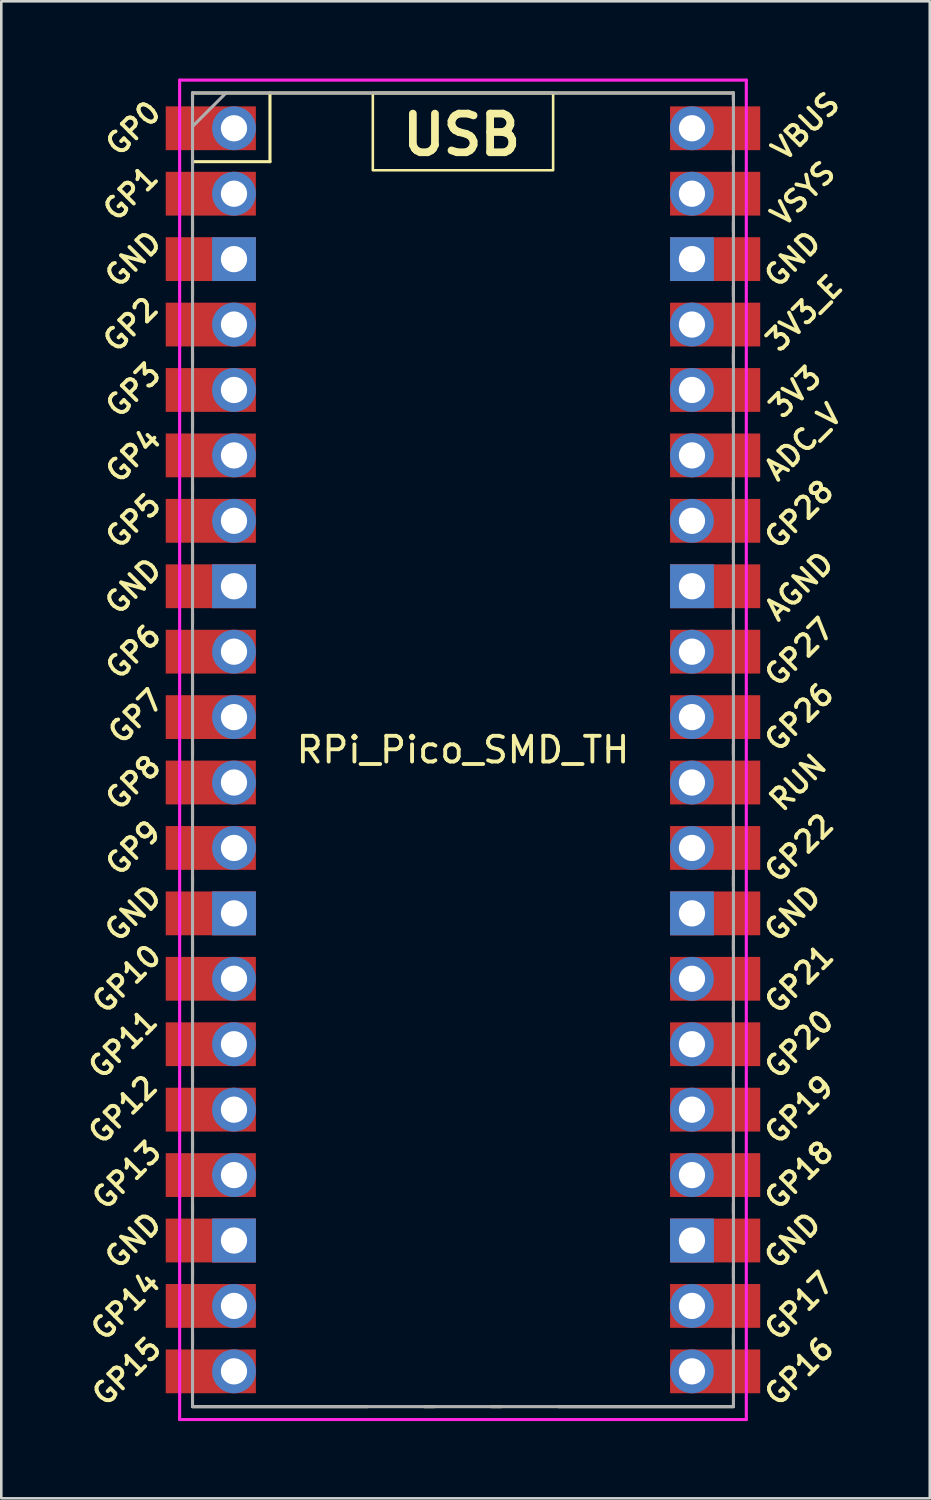
<source format=kicad_pcb>
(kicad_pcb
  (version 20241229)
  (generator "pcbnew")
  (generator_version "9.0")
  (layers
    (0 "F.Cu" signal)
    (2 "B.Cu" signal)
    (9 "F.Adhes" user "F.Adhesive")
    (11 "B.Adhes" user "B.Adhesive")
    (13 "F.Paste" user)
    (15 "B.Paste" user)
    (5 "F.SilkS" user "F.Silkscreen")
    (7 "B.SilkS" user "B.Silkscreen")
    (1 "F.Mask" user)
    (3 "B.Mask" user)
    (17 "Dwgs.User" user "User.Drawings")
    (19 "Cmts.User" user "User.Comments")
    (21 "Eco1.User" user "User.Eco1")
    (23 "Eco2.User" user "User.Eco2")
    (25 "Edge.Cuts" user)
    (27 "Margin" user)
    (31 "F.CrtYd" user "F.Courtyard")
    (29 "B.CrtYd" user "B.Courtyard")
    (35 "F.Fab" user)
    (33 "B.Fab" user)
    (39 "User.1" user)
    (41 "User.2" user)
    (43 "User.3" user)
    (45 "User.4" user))
  (footprint "RPi_Pico_SMD_TH"
    (layer "F.Cu")
    (at 14.924 26.06)
    (property "Reference" "RPi_Pico_SMD_TH" (at 0 0 0) (layer "F.SilkS") (effects (font (size 1 1) (thickness 0.15))))
    (attr through_hole)
    (fp_line (start -10.5 -25.5) (end -10.5 -25.2) (stroke (width 0.12) (type solid)) (layer "F.SilkS"))
    (fp_line (start -10.5 -25.5) (end 10.5 -25.5) (stroke (width 0.12) (type solid)) (layer "F.SilkS"))
    (fp_line (start -10.5 -23.1) (end -10.5 -22.7) (stroke (width 0.12) (type solid)) (layer "F.SilkS"))
    (fp_line (start -10.5 -22.833) (end -7.493 -22.833) (stroke (width 0.12) (type solid)) (layer "F.SilkS"))
    (fp_line (start -10.5 -20.5) (end -10.5 -20.1) (stroke (width 0.12) (type solid)) (layer "F.SilkS"))
    (fp_line (start -10.5 -18) (end -10.5 -17.6) (stroke (width 0.12) (type solid)) (layer "F.SilkS"))
    (fp_line (start -10.5 -15.4) (end -10.5 -15) (stroke (width 0.12) (type solid)) (layer "F.SilkS"))
    (fp_line (start -10.5 -12.9) (end -10.5 -12.5) (stroke (width 0.12) (type solid)) (layer "F.SilkS"))
    (fp_line (start -10.5 -10.4) (end -10.5 -10) (stroke (width 0.12) (type solid)) (layer "F.SilkS"))
    (fp_line (start -10.5 -7.8) (end -10.5 -7.4) (stroke (width 0.12) (type solid)) (layer "F.SilkS"))
    (fp_line (start -10.5 -5.3) (end -10.5 -4.9) (stroke (width 0.12) (type solid)) (layer "F.SilkS"))
    (fp_line (start -10.5 -2.7) (end -10.5 -2.3) (stroke (width 0.12) (type solid)) (layer "F.SilkS"))
    (fp_line (start -10.5 -0.2) (end -10.5 0.2) (stroke (width 0.12) (type solid)) (layer "F.SilkS"))
    (fp_line (start -10.5 2.3) (end -10.5 2.7) (stroke (width 0.12) (type solid)) (layer "F.SilkS"))
    (fp_line (start -10.5 4.9) (end -10.5 5.3) (stroke (width 0.12) (type solid)) (layer "F.SilkS"))
    (fp_line (start -10.5 7.4) (end -10.5 7.8) (stroke (width 0.12) (type solid)) (layer "F.SilkS"))
    (fp_line (start -10.5 10) (end -10.5 10.4) (stroke (width 0.12) (type solid)) (layer "F.SilkS"))
    (fp_line (start -10.5 12.5) (end -10.5 12.9) (stroke (width 0.12) (type solid)) (layer "F.SilkS"))
    (fp_line (start -10.5 15.1) (end -10.5 15.5) (stroke (width 0.12) (type solid)) (layer "F.SilkS"))
    (fp_line (start -10.5 17.6) (end -10.5 18) (stroke (width 0.12) (type solid)) (layer "F.SilkS"))
    (fp_line (start -10.5 20.1) (end -10.5 20.5) (stroke (width 0.12) (type solid)) (layer "F.SilkS"))
    (fp_line (start -10.5 22.7) (end -10.5 23.1) (stroke (width 0.12) (type solid)) (layer "F.SilkS"))
    (fp_line (start -7.493 -22.833) (end -7.493 -25.5) (stroke (width 0.12) (type solid)) (layer "F.SilkS"))
    (fp_line (start -3.7 25.5) (end -10.5 25.5) (stroke (width 0.12) (type solid)) (layer "F.SilkS"))
    (fp_line (start -1.5 25.5) (end -1.1 25.5) (stroke (width 0.12) (type solid)) (layer "F.SilkS"))
    (fp_line (start 1.1 25.5) (end 1.5 25.5) (stroke (width 0.12) (type solid)) (layer "F.SilkS"))
    (fp_line (start 10.5 -25.5) (end 10.5 -25.2) (stroke (width 0.12) (type solid)) (layer "F.SilkS"))
    (fp_line (start 10.5 -23.1) (end 10.5 -22.7) (stroke (width 0.12) (type solid)) (layer "F.SilkS"))
    (fp_line (start 10.5 -20.5) (end 10.5 -20.1) (stroke (width 0.12) (type solid)) (layer "F.SilkS"))
    (fp_line (start 10.5 -18) (end 10.5 -17.6) (stroke (width 0.12) (type solid)) (layer "F.SilkS"))
    (fp_line (start 10.5 -15.4) (end 10.5 -15) (stroke (width 0.12) (type solid)) (layer "F.SilkS"))
    (fp_line (start 10.5 -12.9) (end 10.5 -12.5) (stroke (width 0.12) (type solid)) (layer "F.SilkS"))
    (fp_line (start 10.5 -10.4) (end 10.5 -10) (stroke (width 0.12) (type solid)) (layer "F.SilkS"))
    (fp_line (start 10.5 -7.8) (end 10.5 -7.4) (stroke (width 0.12) (type solid)) (layer "F.SilkS"))
    (fp_line (start 10.5 -5.3) (end 10.5 -4.9) (stroke (width 0.12) (type solid)) (layer "F.SilkS"))
    (fp_line (start 10.5 -2.7) (end 10.5 -2.3) (stroke (width 0.12) (type solid)) (layer "F.SilkS"))
    (fp_line (start 10.5 -0.2) (end 10.5 0.2) (stroke (width 0.12) (type solid)) (layer "F.SilkS"))
    (fp_line (start 10.5 2.3) (end 10.5 2.7) (stroke (width 0.12) (type solid)) (layer "F.SilkS"))
    (fp_line (start 10.5 4.9) (end 10.5 5.3) (stroke (width 0.12) (type solid)) (layer "F.SilkS"))
    (fp_line (start 10.5 7.4) (end 10.5 7.8) (stroke (width 0.12) (type solid)) (layer "F.SilkS"))
    (fp_line (start 10.5 10) (end 10.5 10.4) (stroke (width 0.12) (type solid)) (layer "F.SilkS"))
    (fp_line (start 10.5 12.5) (end 10.5 12.9) (stroke (width 0.12) (type solid)) (layer "F.SilkS"))
    (fp_line (start 10.5 15.1) (end 10.5 15.5) (stroke (width 0.12) (type solid)) (layer "F.SilkS"))
    (fp_line (start 10.5 17.6) (end 10.5 18) (stroke (width 0.12) (type solid)) (layer "F.SilkS"))
    (fp_line (start 10.5 20.1) (end 10.5 20.5) (stroke (width 0.12) (type solid)) (layer "F.SilkS"))
    (fp_line (start 10.5 22.7) (end 10.5 23.1) (stroke (width 0.12) (type solid)) (layer "F.SilkS"))
    (fp_line (start 10.5 25.5) (end 3.7 25.5) (stroke (width 0.12) (type solid)) (layer "F.SilkS"))
    (fp_rect (start -3.5 -25.5) (end 3.5 -22.5) (stroke (width 0.1) (type default)) (fill no) (layer "F.SilkS"))
    (fp_line (start -11 -26) (end 11 -26) (stroke (width 0.12) (type solid)) (layer "F.CrtYd"))
    (fp_line (start -11 26) (end -11 -26) (stroke (width 0.12) (type solid)) (layer "F.CrtYd"))
    (fp_line (start 11 -26) (end 11 26) (stroke (width 0.12) (type solid)) (layer "F.CrtYd"))
    (fp_line (start 11 26) (end -11 26) (stroke (width 0.12) (type solid)) (layer "F.CrtYd"))
    (fp_line (start -10.5 -25.5) (end 10.5 -25.5) (stroke (width 0.12) (type solid)) (layer "F.Fab"))
    (fp_line (start -10.5 -24.2) (end -9.2 -25.5) (stroke (width 0.12) (type solid)) (layer "F.Fab"))
    (fp_line (start -10.5 25.5) (end -10.5 -25.5) (stroke (width 0.12) (type solid)) (layer "F.Fab"))
    (fp_line (start 10.5 -25.5) (end 10.5 25.5) (stroke (width 0.12) (type solid)) (layer "F.Fab"))
    (fp_line (start 10.5 25.5) (end -10.5 25.5) (stroke (width 0.12) (type solid)) (layer "F.Fab"))
    (fp_text user "GP3" (at -12.8 -13.97 45) (layer "F.SilkS") (effects (font (size 0.8 0.8) (thickness 0.15))))
    (fp_text user "GP17" (at 13.054 21.59 45) (layer "F.SilkS") (effects (font (size 0.8 0.8) (thickness 0.15))))
    (fp_text user "GP15" (at -13.054 24.13 45) (layer "F.SilkS") (effects (font (size 0.8 0.8) (thickness 0.15))))
    (fp_text user "GP18" (at 13.054 16.51 45) (layer "F.SilkS") (effects (font (size 0.8 0.8) (thickness 0.15))))
    (fp_text user "GP1" (at -12.9 -21.6 45) (layer "F.SilkS") (effects (font (size 0.8 0.8) (thickness 0.15))))
    (fp_text user "GND" (at -12.8 6.35 45) (layer "F.SilkS") (effects (font (size 0.8 0.8) (thickness 0.15))))
    (fp_text user "USB" (at -2.5 -23 0) (unlocked yes) (layer "F.SilkS") (effects (font (size 1.5 1.5) (thickness 0.3) (bold yes)) (justify left bottom)))
    (fp_text user "GP13" (at -13.054 16.51 45) (layer "F.SilkS") (effects (font (size 0.8 0.8) (thickness 0.15))))
    (fp_text user "ADC_V" (at 13.2 -11.95 45) (layer "F.SilkS") (effects (font (size 0.8 0.8) (thickness 0.15))))
    (fp_text user "GP19" (at 13.054 13.97 45) (layer "F.SilkS") (effects (font (size 0.8 0.8) (thickness 0.15))))
    (fp_text user "VSYS" (at 13.2 -21.59 45) (layer "F.SilkS") (effects (font (size 0.8 0.8) (thickness 0.15))))
    (fp_text user "GP26" (at 13.054 -1.27 45) (layer "F.SilkS") (effects (font (size 0.8 0.8) (thickness 0.15))))
    (fp_text user "GP20" (at 13.054 11.43 45) (layer "F.SilkS") (effects (font (size 0.8 0.8) (thickness 0.15))))
    (fp_text user "GP27" (at 13.054 -3.8 45) (layer "F.SilkS") (effects (font (size 0.8 0.8) (thickness 0.15))))
    (fp_text user "GND" (at -12.8 -6.35 45) (layer "F.SilkS") (effects (font (size 0.8 0.8) (thickness 0.15))))
    (fp_text user "GP0" (at -12.8 -24.13 45) (layer "F.SilkS") (effects (font (size 0.8 0.8) (thickness 0.15))))
    (fp_text user "GP9" (at -12.8 3.81 45) (layer "F.SilkS") (effects (font (size 0.8 0.8) (thickness 0.15))))
    (fp_text user "GP28" (at 13.054 -9.144 45) (layer "F.SilkS") (effects (font (size 0.8 0.8) (thickness 0.15))))
    (fp_text user "GP11" (at -13.2 11.43 45) (layer "F.SilkS") (effects (font (size 0.8 0.8) (thickness 0.15))))
    (fp_text user "GP8" (at -12.8 1.27 45) (layer "F.SilkS") (effects (font (size 0.8 0.8) (thickness 0.15))))
    (fp_text user "GP6" (at -12.8 -3.81 45) (layer "F.SilkS") (effects (font (size 0.8 0.8) (thickness 0.15))))
    (fp_text user "GP21" (at 13.054 8.9 45) (layer "F.SilkS") (effects (font (size 0.8 0.8) (thickness 0.15))))
    (fp_text user "GP5" (at -12.8 -8.89 45) (layer "F.SilkS") (effects (font (size 0.8 0.8) (thickness 0.15))))
    (fp_text user "VBUS" (at 13.3 -24.2 45) (layer "F.SilkS") (effects (font (size 0.8 0.8) (thickness 0.15))))
    (fp_text user "GP2" (at -12.9 -16.51 45) (layer "F.SilkS") (effects (font (size 0.8 0.8) (thickness 0.15))))
    (fp_text user "RUN" (at 13 1.27 45) (layer "F.SilkS") (effects (font (size 0.8 0.8) (thickness 0.15))))
    (fp_text user "3V3" (at 12.9 -13.9 45) (layer "F.SilkS") (effects (font (size 0.8 0.8) (thickness 0.15))))
    (fp_text user "GP16" (at 13.054 24.13 45) (layer "F.SilkS") (effects (font (size 0.8 0.8) (thickness 0.15))))
    (fp_text user "AGND" (at 13.054 -6.35 45) (layer "F.SilkS") (effects (font (size 0.8 0.8) (thickness 0.15))))
    (fp_text user "GND" (at -12.8 19.05 45) (layer "F.SilkS") (effects (font (size 0.8 0.8) (thickness 0.15))))
    (fp_text user "3V3_E" (at 13.25 -16.95 45) (layer "F.SilkS") (effects (font (size 0.8 0.8) (thickness 0.15))))
    (fp_text user "GP22" (at 13.054 3.81 45) (layer "F.SilkS") (effects (font (size 0.8 0.8) (thickness 0.15))))
    (fp_text user "GP7" (at -12.7 -1.3 45) (layer "F.SilkS") (effects (font (size 0.8 0.8) (thickness 0.15))))
    (fp_text user "GND" (at 12.8 -19.05 45) (layer "F.SilkS") (effects (font (size 0.8 0.8) (thickness 0.15))))
    (fp_text user "GND" (at 12.8 19.05 45) (layer "F.SilkS") (effects (font (size 0.8 0.8) (thickness 0.15))))
    (fp_text user "GP10" (at -13.054 8.89 45) (layer "F.SilkS") (effects (font (size 0.8 0.8) (thickness 0.15))))
    (fp_text user "GND" (at 12.8 6.35 45) (layer "F.SilkS") (effects (font (size 0.8 0.8) (thickness 0.15))))
    (fp_text user "GP12" (at -13.2 13.97 45) (layer "F.SilkS") (effects (font (size 0.8 0.8) (thickness 0.15))))
    (fp_text user "GP14" (at -13.1 21.59 45) (layer "F.SilkS") (effects (font (size 0.8 0.8) (thickness 0.15))))
    (fp_text user "GND" (at -12.8 -19.05 45) (layer "F.SilkS") (effects (font (size 0.8 0.8) (thickness 0.15))))
    (fp_text user "GP4" (at -12.8 -11.43 45) (layer "F.SilkS") (effects (font (size 0.8 0.8) (thickness 0.15))))
    (pad "1" thru_hole oval (at -8.89 -24.13) (size 1.7 1.7) (drill 1.02) (layers "*.Cu" "*.Mask"))
    (pad "1" smd rect (at -8.89 -24.13) (size 3.5 1.7) (drill (offset -0.9 0)) (layers "F.Cu" "F.Mask"))
    (pad "2" thru_hole oval (at -8.89 -21.59) (size 1.7 1.7) (drill 1.02) (layers "*.Cu" "*.Mask"))
    (pad "2" smd rect (at -8.89 -21.59) (size 3.5 1.7) (drill (offset -0.9 0)) (layers "F.Cu" "F.Mask"))
    (pad "3" thru_hole rect (at -8.89 -19.05) (size 1.7 1.7) (drill 1.02) (layers "*.Cu" "*.Mask"))
    (pad "3" smd rect (at -8.89 -19.05) (size 3.5 1.7) (drill (offset -0.9 0)) (layers "F.Cu" "F.Mask"))
    (pad "4" thru_hole oval (at -8.89 -16.51) (size 1.7 1.7) (drill 1.02) (layers "*.Cu" "*.Mask"))
    (pad "4" smd rect (at -8.89 -16.51) (size 3.5 1.7) (drill (offset -0.9 0)) (layers "F.Cu" "F.Mask"))
    (pad "5" thru_hole oval (at -8.89 -13.97) (size 1.7 1.7) (drill 1.02) (layers "*.Cu" "*.Mask"))
    (pad "5" smd rect (at -8.89 -13.97) (size 3.5 1.7) (drill (offset -0.9 0)) (layers "F.Cu" "F.Mask"))
    (pad "6" thru_hole oval (at -8.89 -11.43) (size 1.7 1.7) (drill 1.02) (layers "*.Cu" "*.Mask"))
    (pad "6" smd rect (at -8.89 -11.43) (size 3.5 1.7) (drill (offset -0.9 0)) (layers "F.Cu" "F.Mask"))
    (pad "7" thru_hole oval (at -8.89 -8.89) (size 1.7 1.7) (drill 1.02) (layers "*.Cu" "*.Mask"))
    (pad "7" smd rect (at -8.89 -8.89) (size 3.5 1.7) (drill (offset -0.9 0)) (layers "F.Cu" "F.Mask"))
    (pad "8" thru_hole rect (at -8.89 -6.35) (size 1.7 1.7) (drill 1.02) (layers "*.Cu" "*.Mask"))
    (pad "8" smd rect (at -8.89 -6.35) (size 3.5 1.7) (drill (offset -0.9 0)) (layers "F.Cu" "F.Mask"))
    (pad "9" thru_hole oval (at -8.89 -3.81) (size 1.7 1.7) (drill 1.02) (layers "*.Cu" "*.Mask"))
    (pad "9" smd rect (at -8.89 -3.81) (size 3.5 1.7) (drill (offset -0.9 0)) (layers "F.Cu" "F.Mask"))
    (pad "10" thru_hole oval (at -8.89 -1.27) (size 1.7 1.7) (drill 1.02) (layers "*.Cu" "*.Mask"))
    (pad "10" smd rect (at -8.89 -1.27) (size 3.5 1.7) (drill (offset -0.9 0)) (layers "F.Cu" "F.Mask"))
    (pad "11" thru_hole oval (at -8.89 1.27) (size 1.7 1.7) (drill 1.02) (layers "*.Cu" "*.Mask"))
    (pad "11" smd rect (at -8.89 1.27) (size 3.5 1.7) (drill (offset -0.9 0)) (layers "F.Cu" "F.Mask"))
    (pad "12" thru_hole oval (at -8.89 3.81) (size 1.7 1.7) (drill 1.02) (layers "*.Cu" "*.Mask"))
    (pad "12" smd rect (at -8.89 3.81) (size 3.5 1.7) (drill (offset -0.9 0)) (layers "F.Cu" "F.Mask"))
    (pad "13" thru_hole rect (at -8.89 6.35) (size 1.7 1.7) (drill 1.02) (layers "*.Cu" "*.Mask"))
    (pad "13" smd rect (at -8.89 6.35) (size 3.5 1.7) (drill (offset -0.9 0)) (layers "F.Cu" "F.Mask"))
    (pad "14" thru_hole oval (at -8.89 8.89) (size 1.7 1.7) (drill 1.02) (layers "*.Cu" "*.Mask"))
    (pad "14" smd rect (at -8.89 8.89) (size 3.5 1.7) (drill (offset -0.9 0)) (layers "F.Cu" "F.Mask"))
    (pad "15" thru_hole oval (at -8.89 11.43) (size 1.7 1.7) (drill 1.02) (layers "*.Cu" "*.Mask"))
    (pad "15" smd rect (at -8.89 11.43) (size 3.5 1.7) (drill (offset -0.9 0)) (layers "F.Cu" "F.Mask"))
    (pad "16" thru_hole oval (at -8.89 13.97) (size 1.7 1.7) (drill 1.02) (layers "*.Cu" "*.Mask"))
    (pad "16" smd rect (at -8.89 13.97) (size 3.5 1.7) (drill (offset -0.9 0)) (layers "F.Cu" "F.Mask"))
    (pad "17" thru_hole oval (at -8.89 16.51) (size 1.7 1.7) (drill 1.02) (layers "*.Cu" "*.Mask"))
    (pad "17" smd rect (at -8.89 16.51) (size 3.5 1.7) (drill (offset -0.9 0)) (layers "F.Cu" "F.Mask"))
    (pad "18" thru_hole rect (at -8.89 19.05) (size 1.7 1.7) (drill 1.02) (layers "*.Cu" "*.Mask"))
    (pad "18" smd rect (at -8.89 19.05) (size 3.5 1.7) (drill (offset -0.9 0)) (layers "F.Cu" "F.Mask"))
    (pad "19" thru_hole oval (at -8.89 21.59) (size 1.7 1.7) (drill 1.02) (layers "*.Cu" "*.Mask"))
    (pad "19" smd rect (at -8.89 21.59) (size 3.5 1.7) (drill (offset -0.9 0)) (layers "F.Cu" "F.Mask"))
    (pad "20" thru_hole oval (at -8.89 24.13) (size 1.7 1.7) (drill 1.02) (layers "*.Cu" "*.Mask"))
    (pad "20" smd rect (at -8.89 24.13) (size 3.5 1.7) (drill (offset -0.9 0)) (layers "F.Cu" "F.Mask"))
    (pad "21" thru_hole oval (at 8.89 24.13) (size 1.7 1.7) (drill 1.02) (layers "*.Cu" "*.Mask"))
    (pad "21" smd rect (at 8.89 24.13) (size 3.5 1.7) (drill (offset 0.9 0)) (layers "F.Cu" "F.Mask"))
    (pad "22" thru_hole oval (at 8.89 21.59) (size 1.7 1.7) (drill 1.02) (layers "*.Cu" "*.Mask"))
    (pad "22" smd rect (at 8.89 21.59) (size 3.5 1.7) (drill (offset 0.9 0)) (layers "F.Cu" "F.Mask"))
    (pad "23" thru_hole rect (at 8.89 19.05) (size 1.7 1.7) (drill 1.02) (layers "*.Cu" "*.Mask"))
    (pad "23" smd rect (at 8.89 19.05) (size 3.5 1.7) (drill (offset 0.9 0)) (layers "F.Cu" "F.Mask"))
    (pad "24" thru_hole oval (at 8.89 16.51) (size 1.7 1.7) (drill 1.02) (layers "*.Cu" "*.Mask"))
    (pad "24" smd rect (at 8.89 16.51) (size 3.5 1.7) (drill (offset 0.9 0)) (layers "F.Cu" "F.Mask"))
    (pad "25" thru_hole oval (at 8.89 13.97) (size 1.7 1.7) (drill 1.02) (layers "*.Cu" "*.Mask"))
    (pad "25" smd rect (at 8.89 13.97) (size 3.5 1.7) (drill (offset 0.9 0)) (layers "F.Cu" "F.Mask"))
    (pad "26" thru_hole oval (at 8.89 11.43) (size 1.7 1.7) (drill 1.02) (layers "*.Cu" "*.Mask"))
    (pad "26" smd rect (at 8.89 11.43) (size 3.5 1.7) (drill (offset 0.9 0)) (layers "F.Cu" "F.Mask"))
    (pad "27" thru_hole oval (at 8.89 8.89) (size 1.7 1.7) (drill 1.02) (layers "*.Cu" "*.Mask"))
    (pad "27" smd rect (at 8.89 8.89) (size 3.5 1.7) (drill (offset 0.9 0)) (layers "F.Cu" "F.Mask"))
    (pad "28" thru_hole rect (at 8.89 6.35) (size 1.7 1.7) (drill 1.02) (layers "*.Cu" "*.Mask"))
    (pad "28" smd rect (at 8.89 6.35) (size 3.5 1.7) (drill (offset 0.9 0)) (layers "F.Cu" "F.Mask"))
    (pad "29" thru_hole oval (at 8.89 3.81) (size 1.7 1.7) (drill 1.02) (layers "*.Cu" "*.Mask"))
    (pad "29" smd rect (at 8.89 3.81) (size 3.5 1.7) (drill (offset 0.9 0)) (layers "F.Cu" "F.Mask"))
    (pad "30" thru_hole oval (at 8.89 1.27) (size 1.7 1.7) (drill 1.02) (layers "*.Cu" "*.Mask"))
    (pad "30" smd rect (at 8.89 1.27) (size 3.5 1.7) (drill (offset 0.9 0)) (layers "F.Cu" "F.Mask"))
    (pad "31" thru_hole oval (at 8.89 -1.27) (size 1.7 1.7) (drill 1.02) (layers "*.Cu" "*.Mask"))
    (pad "31" smd rect (at 8.89 -1.27) (size 3.5 1.7) (drill (offset 0.9 0)) (layers "F.Cu" "F.Mask"))
    (pad "32" thru_hole oval (at 8.89 -3.81) (size 1.7 1.7) (drill 1.02) (layers "*.Cu" "*.Mask"))
    (pad "32" smd rect (at 8.89 -3.81) (size 3.5 1.7) (drill (offset 0.9 0)) (layers "F.Cu" "F.Mask"))
    (pad "33" thru_hole rect (at 8.89 -6.35) (size 1.7 1.7) (drill 1.02) (layers "*.Cu" "*.Mask"))
    (pad "33" smd rect (at 8.89 -6.35) (size 3.5 1.7) (drill (offset 0.9 0)) (layers "F.Cu" "F.Mask"))
    (pad "34" thru_hole oval (at 8.89 -8.89) (size 1.7 1.7) (drill 1.02) (layers "*.Cu" "*.Mask"))
    (pad "34" smd rect (at 8.89 -8.89) (size 3.5 1.7) (drill (offset 0.9 0)) (layers "F.Cu" "F.Mask"))
    (pad "35" thru_hole oval (at 8.89 -11.43) (size 1.7 1.7) (drill 1.02) (layers "*.Cu" "*.Mask"))
    (pad "35" smd rect (at 8.89 -11.43) (size 3.5 1.7) (drill (offset 0.9 0)) (layers "F.Cu" "F.Mask"))
    (pad "36" thru_hole oval (at 8.89 -13.97) (size 1.7 1.7) (drill 1.02) (layers "*.Cu" "*.Mask"))
    (pad "36" smd rect (at 8.89 -13.97) (size 3.5 1.7) (drill (offset 0.9 0)) (layers "F.Cu" "F.Mask"))
    (pad "37" thru_hole oval (at 8.89 -16.51) (size 1.7 1.7) (drill 1.02) (layers "*.Cu" "*.Mask"))
    (pad "37" smd rect (at 8.89 -16.51) (size 3.5 1.7) (drill (offset 0.9 0)) (layers "F.Cu" "F.Mask"))
    (pad "38" thru_hole rect (at 8.89 -19.05) (size 1.7 1.7) (drill 1.02) (layers "*.Cu" "*.Mask"))
    (pad "38" smd rect (at 8.89 -19.05) (size 3.5 1.7) (drill (offset 0.9 0)) (layers "F.Cu" "F.Mask"))
    (pad "39" thru_hole oval (at 8.89 -21.59) (size 1.7 1.7) (drill 1.02) (layers "*.Cu" "*.Mask"))
    (pad "39" smd rect (at 8.89 -21.59) (size 3.5 1.7) (drill (offset 0.9 0)) (layers "F.Cu" "F.Mask"))
    (pad "40" thru_hole oval (at 8.89 -24.13) (size 1.7 1.7) (drill 1.02) (layers "*.Cu" "*.Mask"))
    (pad "40" smd rect (at 8.89 -24.13) (size 3.5 1.7) (drill (offset 0.9 0)) (layers "F.Cu" "F.Mask")))
  (gr_rect
    (start -3 -3)
    (end 33.046 55.12)
    (stroke (width 0.1) (type default))
    (fill no)
    (layer "Edge.Cuts")))
</source>
